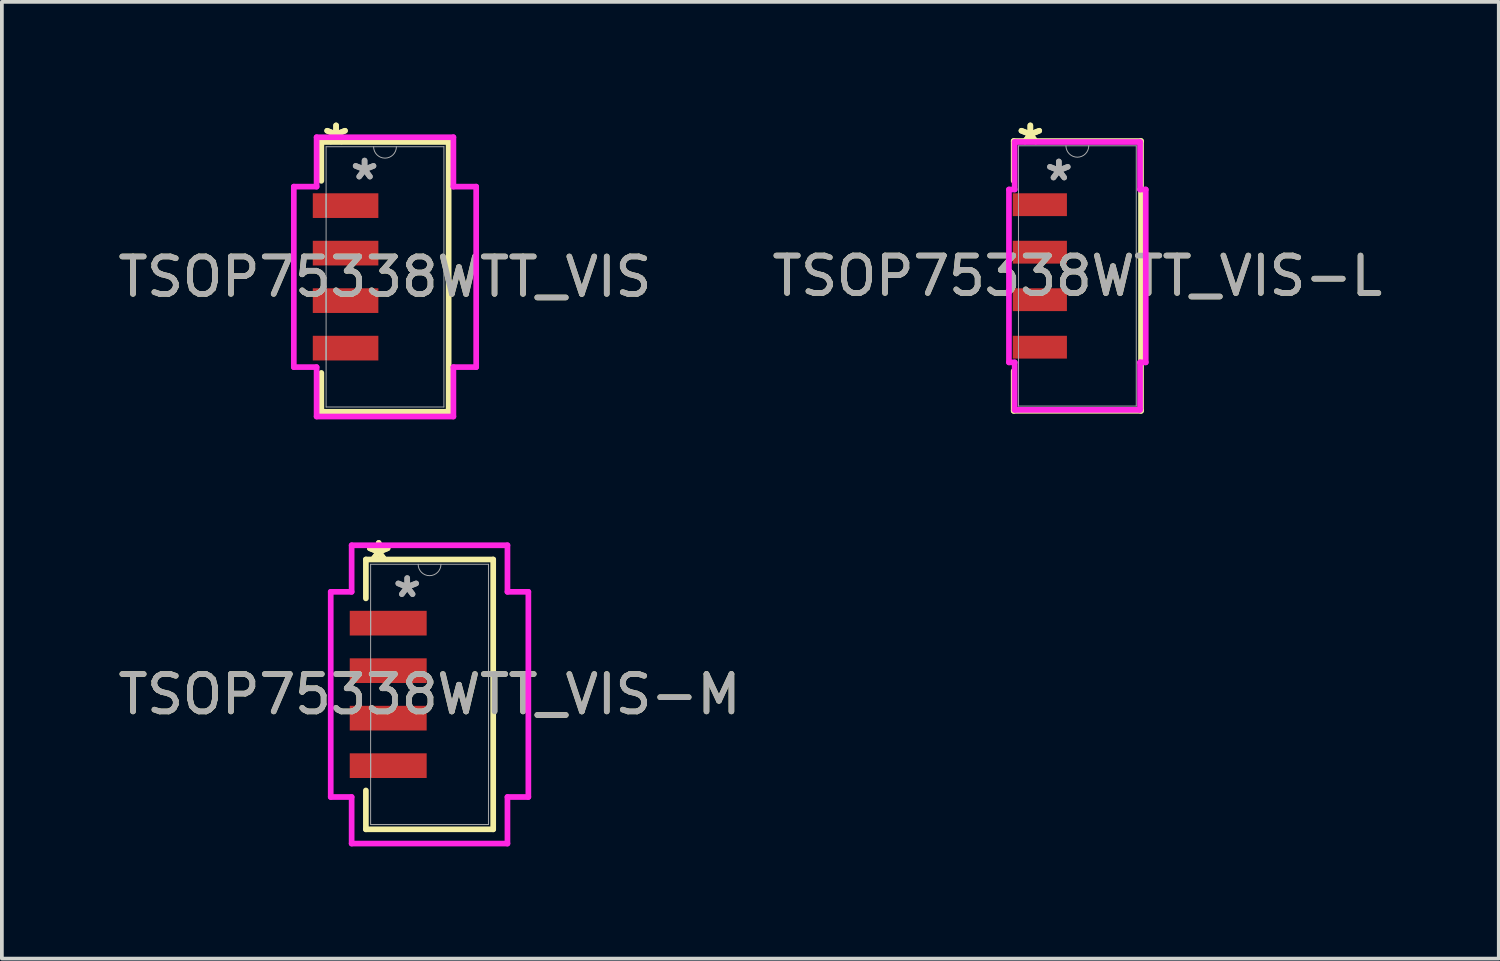
<source format=kicad_pcb>
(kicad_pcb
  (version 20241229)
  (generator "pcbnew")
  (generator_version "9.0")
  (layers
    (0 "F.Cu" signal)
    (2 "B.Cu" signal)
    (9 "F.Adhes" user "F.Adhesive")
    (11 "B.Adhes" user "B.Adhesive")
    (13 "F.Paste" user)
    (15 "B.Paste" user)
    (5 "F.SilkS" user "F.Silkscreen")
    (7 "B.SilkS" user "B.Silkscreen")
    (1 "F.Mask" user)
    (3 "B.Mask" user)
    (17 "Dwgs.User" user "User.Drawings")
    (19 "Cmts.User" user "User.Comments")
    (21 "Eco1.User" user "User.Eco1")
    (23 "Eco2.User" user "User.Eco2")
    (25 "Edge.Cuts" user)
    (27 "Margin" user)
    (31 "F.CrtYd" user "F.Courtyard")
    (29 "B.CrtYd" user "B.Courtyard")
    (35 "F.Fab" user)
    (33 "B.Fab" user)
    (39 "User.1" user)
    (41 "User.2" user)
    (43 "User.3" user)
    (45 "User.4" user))
  (footprint "TSOP75338WTT_VIS-M"
    (layer "F.Cu")
    (at 8.435 15.517)
    (property "Reference" "TSOP75338WTT_VIS-M" (at 0 0 0) (unlocked yes) (layer "F.SilkS") (effects (font (size 1 1) (thickness 0.15))))
    (attr smd)
    (fp_line (start -1.702 -3.607) (end -1.702 -2.568) (stroke (width 0.152) (type solid)) (layer "F.SilkS"))
    (fp_line (start -1.702 2.568) (end -1.702 3.607) (stroke (width 0.152) (type solid)) (layer "F.SilkS"))
    (fp_line (start -1.702 3.607) (end 1.702 3.607) (stroke (width 0.152) (type solid)) (layer "F.SilkS"))
    (fp_line (start 1.702 -3.607) (end -1.702 -3.607) (stroke (width 0.152) (type solid)) (layer "F.SilkS"))
    (fp_line (start 1.702 3.607) (end 1.702 -3.607) (stroke (width 0.152) (type solid)) (layer "F.SilkS"))
    (fp_line (start -2.642 -2.743) (end -2.083 -2.743) (stroke (width 0.152) (type solid)) (layer "F.CrtYd"))
    (fp_line (start -2.642 2.743) (end -2.642 -2.743) (stroke (width 0.152) (type solid)) (layer "F.CrtYd"))
    (fp_line (start -2.642 2.743) (end -2.083 2.743) (stroke (width 0.152) (type solid)) (layer "F.CrtYd"))
    (fp_line (start -2.083 -3.988) (end 2.083 -3.988) (stroke (width 0.152) (type solid)) (layer "F.CrtYd"))
    (fp_line (start -2.083 -2.743) (end -2.083 -3.988) (stroke (width 0.152) (type solid)) (layer "F.CrtYd"))
    (fp_line (start -2.083 3.988) (end -2.083 2.743) (stroke (width 0.152) (type solid)) (layer "F.CrtYd"))
    (fp_line (start 2.083 -3.988) (end 2.083 -2.743) (stroke (width 0.152) (type solid)) (layer "F.CrtYd"))
    (fp_line (start 2.083 2.743) (end 2.083 3.988) (stroke (width 0.152) (type solid)) (layer "F.CrtYd"))
    (fp_line (start 2.083 3.988) (end -2.083 3.988) (stroke (width 0.152) (type solid)) (layer "F.CrtYd"))
    (fp_line (start 2.642 -2.743) (end 2.083 -2.743) (stroke (width 0.152) (type solid)) (layer "F.CrtYd"))
    (fp_line (start 2.642 -2.743) (end 2.642 2.743) (stroke (width 0.152) (type solid)) (layer "F.CrtYd"))
    (fp_line (start 2.642 2.743) (end 2.083 2.743) (stroke (width 0.152) (type solid)) (layer "F.CrtYd"))
    (fp_line (start -1.575 -3.48) (end -1.575 3.48) (stroke (width 0.025) (type solid)) (layer "F.Fab"))
    (fp_line (start -1.575 -2.21) (end -1.575 -2.21) (stroke (width 0.025) (type solid)) (layer "F.Fab"))
    (fp_line (start -1.575 -2.21) (end -1.575 -1.6) (stroke (width 0.025) (type solid)) (layer "F.Fab"))
    (fp_line (start -1.575 -1.6) (end -1.575 -2.21) (stroke (width 0.025) (type solid)) (layer "F.Fab"))
    (fp_line (start -1.575 -1.6) (end -1.575 -1.6) (stroke (width 0.025) (type solid)) (layer "F.Fab"))
    (fp_line (start -1.575 -0.94) (end -1.575 -0.94) (stroke (width 0.025) (type solid)) (layer "F.Fab"))
    (fp_line (start -1.575 -0.94) (end -1.575 -0.33) (stroke (width 0.025) (type solid)) (layer "F.Fab"))
    (fp_line (start -1.575 -0.33) (end -1.575 -0.94) (stroke (width 0.025) (type solid)) (layer "F.Fab"))
    (fp_line (start -1.575 -0.33) (end -1.575 -0.33) (stroke (width 0.025) (type solid)) (layer "F.Fab"))
    (fp_line (start -1.575 0.33) (end -1.575 0.33) (stroke (width 0.025) (type solid)) (layer "F.Fab"))
    (fp_line (start -1.575 0.33) (end -1.575 0.94) (stroke (width 0.025) (type solid)) (layer "F.Fab"))
    (fp_line (start -1.575 0.94) (end -1.575 0.33) (stroke (width 0.025) (type solid)) (layer "F.Fab"))
    (fp_line (start -1.575 0.94) (end -1.575 0.94) (stroke (width 0.025) (type solid)) (layer "F.Fab"))
    (fp_line (start -1.575 1.6) (end -1.575 1.6) (stroke (width 0.025) (type solid)) (layer "F.Fab"))
    (fp_line (start -1.575 1.6) (end -1.575 2.21) (stroke (width 0.025) (type solid)) (layer "F.Fab"))
    (fp_line (start -1.575 2.21) (end -1.575 1.6) (stroke (width 0.025) (type solid)) (layer "F.Fab"))
    (fp_line (start -1.575 2.21) (end -1.575 2.21) (stroke (width 0.025) (type solid)) (layer "F.Fab"))
    (fp_line (start -1.575 3.48) (end 1.575 3.48) (stroke (width 0.025) (type solid)) (layer "F.Fab"))
    (fp_line (start 1.575 -3.48) (end -1.575 -3.48) (stroke (width 0.025) (type solid)) (layer "F.Fab"))
    (fp_line (start 1.575 3.48) (end 1.575 -3.48) (stroke (width 0.025) (type solid)) (layer "F.Fab"))
    (fp_arc (start 0.3048 -3.4798) (mid 0 -3.175) (end -0.3048 -3.4798) (stroke (width 0.0254) (type solid)) (layer "F.Fab"))
    (fp_text user "*" (at -1.359 -3.505 0) (layer "F.SilkS") (effects (font (size 1 1) (thickness 0.15))))
    (fp_text user "*" (at -1.359 -3.505 0) (unlocked yes) (layer "F.SilkS") (effects (font (size 1 1) (thickness 0.15))))
    (fp_text user "*" (at -0.597 -2.565 0) (layer "F.Fab") (effects (font (size 1 1) (thickness 0.15))))
    (fp_text user "${REFERENCE}" (at 0 0 0) (unlocked yes) (layer "F.Fab") (effects (font (size 1 1) (thickness 0.15))))
    (fp_text user "*" (at -0.597 -2.565 0) (unlocked yes) (layer "F.Fab") (effects (font (size 1 1) (thickness 0.15))))
    (pad "1" smd rect (at -1.105 -1.905) (size 2.057 0.66) (layers "F.Cu" "F.Mask" "F.Paste"))
    (pad "2" smd rect (at -1.105 -0.635) (size 2.057 0.66) (layers "F.Cu" "F.Mask" "F.Paste"))
    (pad "3" smd rect (at -1.105 0.635) (size 2.057 0.66) (layers "F.Cu" "F.Mask" "F.Paste"))
    (pad "4" smd rect (at -1.105 1.905) (size 2.057 0.66) (layers "F.Cu" "F.Mask" "F.Paste")))
  (footprint "TSOP75338WTT_VIS"
    (layer "F.Cu")
    (at 7.244 4.353)
    (property "Reference" "TSOP75338WTT_VIS" (at 0 0 0) (unlocked yes) (layer "F.SilkS") (effects (font (size 1 1) (thickness 0.15))))
    (attr smd)
    (fp_line (start -1.702 -3.607) (end -1.702 -2.568) (stroke (width 0.152) (type solid)) (layer "F.SilkS"))
    (fp_line (start -1.702 2.568) (end -1.702 3.607) (stroke (width 0.152) (type solid)) (layer "F.SilkS"))
    (fp_line (start -1.702 3.607) (end 1.702 3.607) (stroke (width 0.152) (type solid)) (layer "F.SilkS"))
    (fp_line (start 1.702 -3.607) (end -1.702 -3.607) (stroke (width 0.152) (type solid)) (layer "F.SilkS"))
    (fp_line (start 1.702 3.607) (end 1.702 -3.607) (stroke (width 0.152) (type solid)) (layer "F.SilkS"))
    (fp_line (start -2.438 -2.413) (end -1.829 -2.413) (stroke (width 0.152) (type solid)) (layer "F.CrtYd"))
    (fp_line (start -2.438 2.413) (end -2.438 -2.413) (stroke (width 0.152) (type solid)) (layer "F.CrtYd"))
    (fp_line (start -2.438 2.413) (end -1.829 2.413) (stroke (width 0.152) (type solid)) (layer "F.CrtYd"))
    (fp_line (start -1.829 -3.734) (end 1.829 -3.734) (stroke (width 0.152) (type solid)) (layer "F.CrtYd"))
    (fp_line (start -1.829 -2.413) (end -1.829 -3.734) (stroke (width 0.152) (type solid)) (layer "F.CrtYd"))
    (fp_line (start -1.829 3.734) (end -1.829 2.413) (stroke (width 0.152) (type solid)) (layer "F.CrtYd"))
    (fp_line (start 1.829 -3.734) (end 1.829 -2.413) (stroke (width 0.152) (type solid)) (layer "F.CrtYd"))
    (fp_line (start 1.829 2.413) (end 1.829 3.734) (stroke (width 0.152) (type solid)) (layer "F.CrtYd"))
    (fp_line (start 1.829 3.734) (end -1.829 3.734) (stroke (width 0.152) (type solid)) (layer "F.CrtYd"))
    (fp_line (start 2.438 -2.413) (end 1.829 -2.413) (stroke (width 0.152) (type solid)) (layer "F.CrtYd"))
    (fp_line (start 2.438 -2.413) (end 2.438 2.413) (stroke (width 0.152) (type solid)) (layer "F.CrtYd"))
    (fp_line (start 2.438 2.413) (end 1.829 2.413) (stroke (width 0.152) (type solid)) (layer "F.CrtYd"))
    (fp_line (start -1.575 -3.48) (end -1.575 3.48) (stroke (width 0.025) (type solid)) (layer "F.Fab"))
    (fp_line (start -1.575 -2.21) (end -1.575 -2.21) (stroke (width 0.025) (type solid)) (layer "F.Fab"))
    (fp_line (start -1.575 -2.21) (end -1.575 -1.6) (stroke (width 0.025) (type solid)) (layer "F.Fab"))
    (fp_line (start -1.575 -1.6) (end -1.575 -2.21) (stroke (width 0.025) (type solid)) (layer "F.Fab"))
    (fp_line (start -1.575 -1.6) (end -1.575 -1.6) (stroke (width 0.025) (type solid)) (layer "F.Fab"))
    (fp_line (start -1.575 -0.94) (end -1.575 -0.94) (stroke (width 0.025) (type solid)) (layer "F.Fab"))
    (fp_line (start -1.575 -0.94) (end -1.575 -0.33) (stroke (width 0.025) (type solid)) (layer "F.Fab"))
    (fp_line (start -1.575 -0.33) (end -1.575 -0.94) (stroke (width 0.025) (type solid)) (layer "F.Fab"))
    (fp_line (start -1.575 -0.33) (end -1.575 -0.33) (stroke (width 0.025) (type solid)) (layer "F.Fab"))
    (fp_line (start -1.575 0.33) (end -1.575 0.33) (stroke (width 0.025) (type solid)) (layer "F.Fab"))
    (fp_line (start -1.575 0.33) (end -1.575 0.94) (stroke (width 0.025) (type solid)) (layer "F.Fab"))
    (fp_line (start -1.575 0.94) (end -1.575 0.33) (stroke (width 0.025) (type solid)) (layer "F.Fab"))
    (fp_line (start -1.575 0.94) (end -1.575 0.94) (stroke (width 0.025) (type solid)) (layer "F.Fab"))
    (fp_line (start -1.575 1.6) (end -1.575 1.6) (stroke (width 0.025) (type solid)) (layer "F.Fab"))
    (fp_line (start -1.575 1.6) (end -1.575 2.21) (stroke (width 0.025) (type solid)) (layer "F.Fab"))
    (fp_line (start -1.575 2.21) (end -1.575 1.6) (stroke (width 0.025) (type solid)) (layer "F.Fab"))
    (fp_line (start -1.575 2.21) (end -1.575 2.21) (stroke (width 0.025) (type solid)) (layer "F.Fab"))
    (fp_line (start -1.575 3.48) (end 1.575 3.48) (stroke (width 0.025) (type solid)) (layer "F.Fab"))
    (fp_line (start 1.575 -3.48) (end -1.575 -3.48) (stroke (width 0.025) (type solid)) (layer "F.Fab"))
    (fp_line (start 1.575 3.48) (end 1.575 -3.48) (stroke (width 0.025) (type solid)) (layer "F.Fab"))
    (fp_arc (start 0.3048 -3.4798) (mid 0 -3.175) (end -0.3048 -3.4798) (stroke (width 0.0254) (type solid)) (layer "F.Fab"))
    (fp_text user "*" (at -1.308 -3.505 0) (layer "F.SilkS") (effects (font (size 1 1) (thickness 0.15))))
    (fp_text user "*" (at -1.308 -3.505 0) (unlocked yes) (layer "F.SilkS") (effects (font (size 1 1) (thickness 0.15))))
    (fp_text user "*" (at -0.546 -2.565 0) (unlocked yes) (layer "F.Fab") (effects (font (size 1 1) (thickness 0.15))))
    (fp_text user "${REFERENCE}" (at 0 0 0) (unlocked yes) (layer "F.Fab") (effects (font (size 1 1) (thickness 0.15))))
    (fp_text user "*" (at -0.546 -2.565 0) (layer "F.Fab") (effects (font (size 1 1) (thickness 0.15))))
    (pad "1" smd rect (at -1.054 -1.905) (size 1.753 0.66) (layers "F.Cu" "F.Mask" "F.Paste"))
    (pad "2" smd rect (at -1.054 -0.635) (size 1.753 0.66) (layers "F.Cu" "F.Mask" "F.Paste"))
    (pad "3" smd rect (at -1.054 0.635) (size 1.753 0.66) (layers "F.Cu" "F.Mask" "F.Paste"))
    (pad "4" smd rect (at -1.054 1.905) (size 1.753 0.66) (layers "F.Cu" "F.Mask" "F.Paste")))
  (footprint "TSOP75338WTT_VIS-L"
    (layer "F.Cu")
    (at 25.756 4.328)
    (property "Reference" "TSOP75338WTT_VIS-L" (at 0 0 0) (unlocked yes) (layer "F.SilkS") (effects (font (size 1 1) (thickness 0.15))))
    (attr smd)
    (fp_line (start -1.702 -3.607) (end -1.702 -2.543) (stroke (width 0.152) (type solid)) (layer "F.SilkS"))
    (fp_line (start -1.702 2.543) (end -1.702 3.607) (stroke (width 0.152) (type solid)) (layer "F.SilkS"))
    (fp_line (start -1.702 3.607) (end 1.702 3.607) (stroke (width 0.152) (type solid)) (layer "F.SilkS"))
    (fp_line (start 1.702 -3.607) (end -1.702 -3.607) (stroke (width 0.152) (type solid)) (layer "F.SilkS"))
    (fp_line (start 1.702 3.607) (end 1.702 -3.607) (stroke (width 0.152) (type solid)) (layer "F.SilkS"))
    (fp_line (start -1.829 -2.311) (end -1.676 -2.311) (stroke (width 0.152) (type solid)) (layer "F.CrtYd"))
    (fp_line (start -1.829 2.311) (end -1.829 -2.311) (stroke (width 0.152) (type solid)) (layer "F.CrtYd"))
    (fp_line (start -1.829 2.311) (end -1.676 2.311) (stroke (width 0.152) (type solid)) (layer "F.CrtYd"))
    (fp_line (start -1.676 -3.581) (end 1.676 -3.581) (stroke (width 0.152) (type solid)) (layer "F.CrtYd"))
    (fp_line (start -1.676 -2.311) (end -1.676 -3.581) (stroke (width 0.152) (type solid)) (layer "F.CrtYd"))
    (fp_line (start -1.676 3.581) (end -1.676 2.311) (stroke (width 0.152) (type solid)) (layer "F.CrtYd"))
    (fp_line (start 1.676 -3.581) (end 1.676 -2.311) (stroke (width 0.152) (type solid)) (layer "F.CrtYd"))
    (fp_line (start 1.676 2.311) (end 1.676 3.581) (stroke (width 0.152) (type solid)) (layer "F.CrtYd"))
    (fp_line (start 1.676 3.581) (end -1.676 3.581) (stroke (width 0.152) (type solid)) (layer "F.CrtYd"))
    (fp_line (start 1.829 -2.311) (end 1.676 -2.311) (stroke (width 0.152) (type solid)) (layer "F.CrtYd"))
    (fp_line (start 1.829 -2.311) (end 1.829 2.311) (stroke (width 0.152) (type solid)) (layer "F.CrtYd"))
    (fp_line (start 1.829 2.311) (end 1.676 2.311) (stroke (width 0.152) (type solid)) (layer "F.CrtYd"))
    (fp_line (start -1.575 -3.48) (end -1.575 3.48) (stroke (width 0.025) (type solid)) (layer "F.Fab"))
    (fp_line (start -1.575 -1.6) (end -1.575 -1.6) (stroke (width 0.025) (type solid)) (layer "F.Fab"))
    (fp_line (start -1.575 -0.94) (end -1.575 -0.94) (stroke (width 0.025) (type solid)) (layer "F.Fab"))
    (fp_line (start -1.575 -0.94) (end -1.575 -0.33) (stroke (width 0.025) (type solid)) (layer "F.Fab"))
    (fp_line (start -1.575 -0.33) (end -1.575 -0.94) (stroke (width 0.025) (type solid)) (layer "F.Fab"))
    (fp_line (start -1.575 -0.33) (end -1.575 -0.33) (stroke (width 0.025) (type solid)) (layer "F.Fab"))
    (fp_line (start -1.575 0.33) (end -1.575 0.33) (stroke (width 0.025) (type solid)) (layer "F.Fab"))
    (fp_line (start -1.575 0.33) (end -1.575 0.94) (stroke (width 0.025) (type solid)) (layer "F.Fab"))
    (fp_line (start -1.575 0.94) (end -1.575 0.33) (stroke (width 0.025) (type solid)) (layer "F.Fab"))
    (fp_line (start -1.575 0.94) (end -1.575 0.94) (stroke (width 0.025) (type solid)) (layer "F.Fab"))
    (fp_line (start -1.575 3.48) (end 1.575 3.48) (stroke (width 0.025) (type solid)) (layer "F.Fab"))
    (fp_line (start 1.575 -3.48) (end -1.575 -3.48) (stroke (width 0.025) (type solid)) (layer "F.Fab"))
    (fp_line (start 1.575 3.48) (end 1.575 -3.48) (stroke (width 0.025) (type solid)) (layer "F.Fab"))
    (fp_arc (start 0.3048 -3.4798) (mid 0 -3.175) (end -0.3048 -3.4798) (stroke (width 0.0254) (type solid)) (layer "F.Fab"))
    (fp_text user "*" (at -1.257 -3.48 0) (layer "F.SilkS") (effects (font (size 1 1) (thickness 0.15))))
    (fp_text user "*" (at -1.257 -3.48 0) (unlocked yes) (layer "F.SilkS") (effects (font (size 1 1) (thickness 0.15))))
    (fp_text user "*" (at -0.495 -2.515 0) (unlocked yes) (layer "F.Fab") (effects (font (size 1 1) (thickness 0.15))))
    (fp_text user "${REFERENCE}" (at 0 0 0) (unlocked yes) (layer "F.Fab") (effects (font (size 1 1) (thickness 0.15))))
    (fp_text user "*" (at -0.495 -2.515 0) (layer "F.Fab") (effects (font (size 1 1) (thickness 0.15))))
    (pad "1" smd rect (at -1.003 -1.905) (size 1.448 0.61) (layers "F.Cu" "F.Mask" "F.Paste"))
    (pad "2" smd rect (at -1.003 -0.635) (size 1.448 0.61) (layers "F.Cu" "F.Mask" "F.Paste"))
    (pad "3" smd rect (at -1.003 0.635) (size 1.448 0.61) (layers "F.Cu" "F.Mask" "F.Paste"))
    (pad "4" smd rect (at -1.003 1.905) (size 1.448 0.61) (layers "F.Cu" "F.Mask" "F.Paste")))
  (gr_rect
    (start -3 -3)
    (end 37.024 22.581)
    (stroke (width 0.1) (type default))
    (fill no)
    (layer "Edge.Cuts")))
</source>
